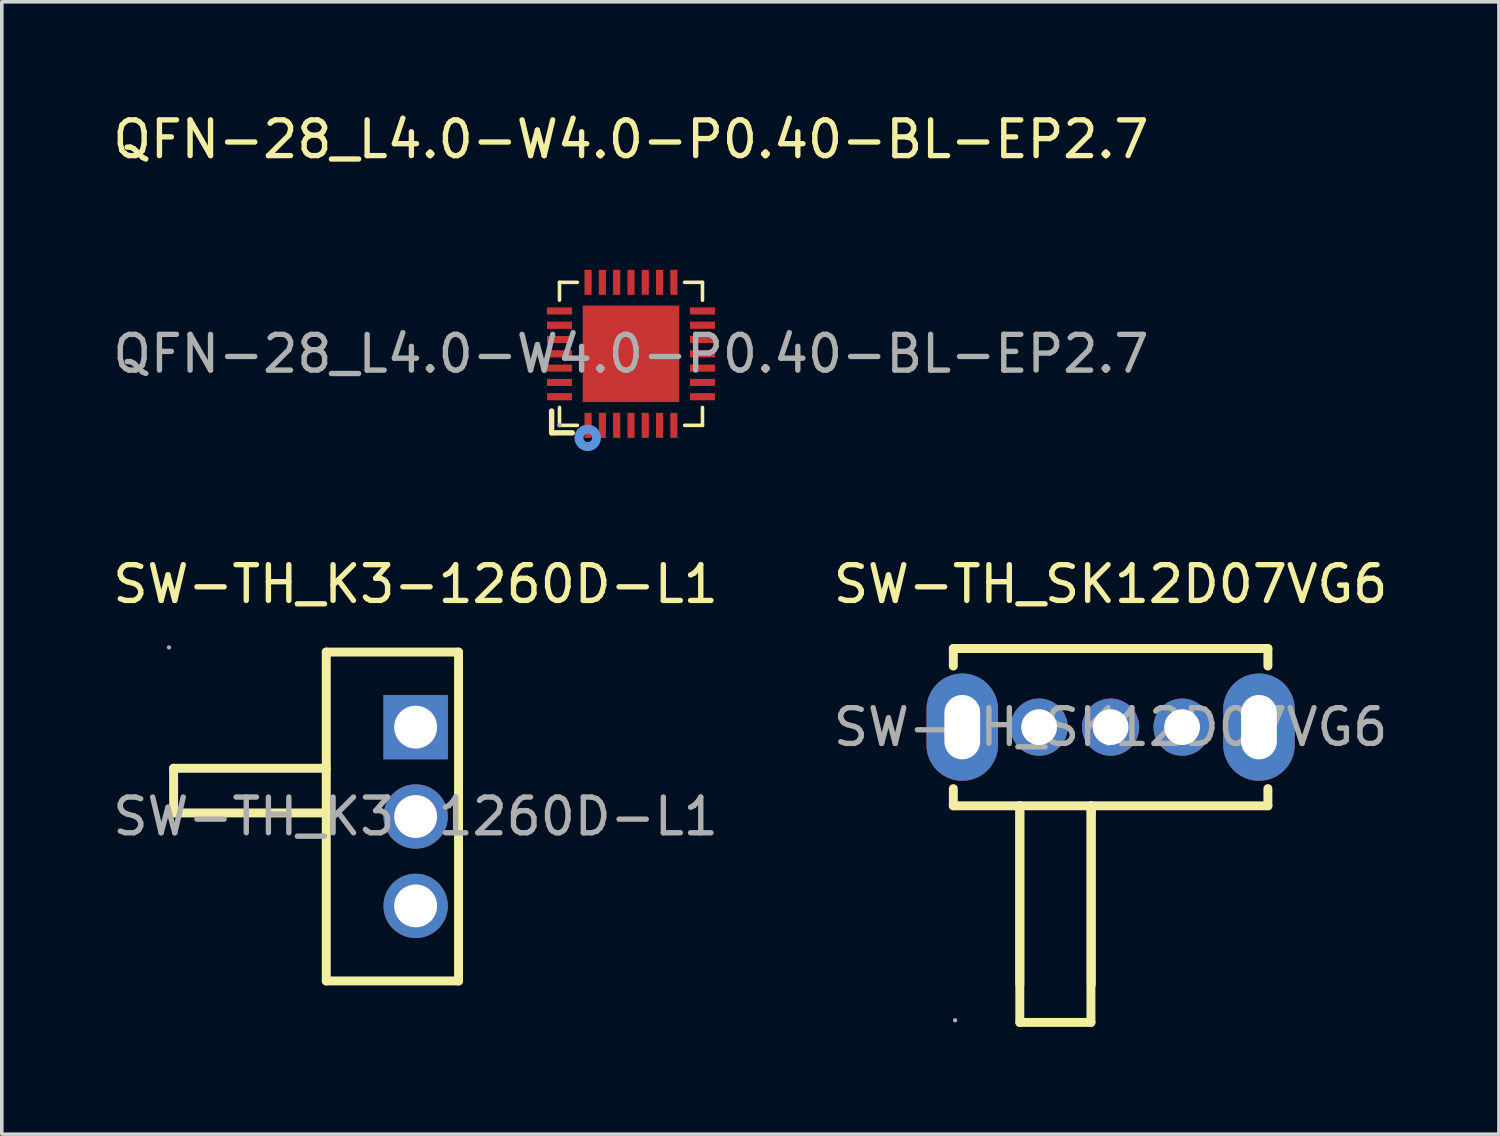
<source format=kicad_pcb>
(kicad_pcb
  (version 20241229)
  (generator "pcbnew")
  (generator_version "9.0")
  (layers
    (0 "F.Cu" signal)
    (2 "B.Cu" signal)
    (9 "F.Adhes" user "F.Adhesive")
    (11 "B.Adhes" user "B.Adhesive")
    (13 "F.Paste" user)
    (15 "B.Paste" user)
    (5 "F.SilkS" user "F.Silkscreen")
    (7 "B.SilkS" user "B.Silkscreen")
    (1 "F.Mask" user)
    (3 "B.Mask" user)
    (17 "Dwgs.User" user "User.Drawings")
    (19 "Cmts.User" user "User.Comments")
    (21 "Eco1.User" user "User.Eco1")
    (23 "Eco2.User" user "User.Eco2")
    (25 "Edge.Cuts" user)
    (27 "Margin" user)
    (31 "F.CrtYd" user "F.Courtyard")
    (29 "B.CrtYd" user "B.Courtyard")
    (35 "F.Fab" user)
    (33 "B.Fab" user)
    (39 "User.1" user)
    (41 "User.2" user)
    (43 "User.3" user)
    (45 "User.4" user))
  (footprint "SW-TH_SK12D07VG6"
    (layer "F.Cu")
    (at 28.018 17.291)
    (property "Reference" "SW-TH_SK12D07VG6" (at 0 -4 0) (layer "F.SilkS") (effects (font (size 1 1) (thickness 0.15))))
    (attr through_hole)
    (fp_line (start -4.4 -2.2) (end -4.4 -1.71) (stroke (width 0.25) (type solid)) (layer "F.SilkS"))
    (fp_line (start -4.4 1.72) (end -4.4 2.2) (stroke (width 0.25) (type solid)) (layer "F.SilkS"))
    (fp_line (start -2.54 2.2) (end -2.54 7.2) (stroke (width 0.25) (type solid)) (layer "F.SilkS"))
    (fp_line (start -2.54 2.2) (end -2.54 8.26) (stroke (width 0.25) (type solid)) (layer "F.SilkS"))
    (fp_line (start -2.54 8.26) (end -0.55 8.26) (stroke (width 0.25) (type solid)) (layer "F.SilkS"))
    (fp_line (start -0.55 8.26) (end -0.55 2.2) (stroke (width 0.25) (type solid)) (layer "F.SilkS"))
    (fp_line (start -0.54 2.39) (end -0.54 2.2) (stroke (width 0.25) (type solid)) (layer "F.SilkS"))
    (fp_line (start -0.54 7.2) (end -0.54 2.39) (stroke (width 0.25) (type solid)) (layer "F.SilkS"))
    (fp_line (start 4.4 -2.2) (end -4.4 -2.2) (stroke (width 0.25) (type solid)) (layer "F.SilkS"))
    (fp_line (start 4.4 -2.2) (end 4.4 -1.71) (stroke (width 0.25) (type solid)) (layer "F.SilkS"))
    (fp_line (start 4.4 1.72) (end 4.4 2.2) (stroke (width 0.25) (type solid)) (layer "F.SilkS"))
    (fp_line (start 4.4 2.2) (end -4.4 2.2) (stroke (width 0.25) (type solid)) (layer "F.SilkS"))
    (fp_circle (center -4.35 8.2) (end -4.32 8.2) (stroke (width 0.06) (type solid)) (fill no) (layer "F.Fab"))
    (fp_text user "${REFERENCE}" (at 0 0 0) (layer "F.Fab") (effects (font (size 1 1) (thickness 0.15))))
    (pad "1" thru_hole oval (at -2 0 180) (size 1.6 1.6) (drill 1) (layers "*.Cu" "*.Mask"))
    (pad "2" thru_hole oval (at 0 0 180) (size 1.6 1.6) (drill 1) (layers "*.Cu" "*.Mask"))
    (pad "3" thru_hole oval (at 2 0 180) (size 1.6 1.6) (drill 1) (layers "*.Cu" "*.Mask"))
    (pad "4" thru_hole oval (at 4.15 0 270) (size 3 2) (drill oval 1.8 1) (layers "*.Cu" "*.Mask"))
    (pad "5" thru_hole oval (at -4.15 0 270) (size 3 2) (drill oval 1.8 1) (layers "*.Cu" "*.Mask")))
  (footprint "QFN-28_L4.0-W4.0-P0.40-BL-EP2.7"
    (layer "F.Cu")
    (at 14.601 6.848)
    (property "Reference" "QFN-28_L4.0-W4.0-P0.40-BL-EP2.7" (at 0 -6 0) (layer "F.SilkS") (effects (font (size 1 1) (thickness 0.15))))
    (attr smd)
    (fp_line (start -2.22 1.6) (end -2.22 2.21) (stroke (width 0.15) (type solid)) (layer "F.SilkS"))
    (fp_line (start -2.22 2.21) (end -1.64 2.21) (stroke (width 0.15) (type solid)) (layer "F.SilkS"))
    (fp_line (start -2 -2) (end -1.5 -2) (stroke (width 0.1) (type solid)) (layer "F.SilkS"))
    (fp_line (start -2 -1.5) (end -2 -2) (stroke (width 0.1) (type solid)) (layer "F.SilkS"))
    (fp_line (start -2 2) (end -2 1.5) (stroke (width 0.1) (type solid)) (layer "F.SilkS"))
    (fp_line (start -1.5 2) (end -2 2) (stroke (width 0.1) (type solid)) (layer "F.SilkS"))
    (fp_line (start 1.5 -2) (end 2 -2) (stroke (width 0.1) (type solid)) (layer "F.SilkS"))
    (fp_line (start 2 -2) (end 2 -1.5) (stroke (width 0.1) (type solid)) (layer "F.SilkS"))
    (fp_line (start 2 1.5) (end 2 2) (stroke (width 0.1) (type solid)) (layer "F.SilkS"))
    (fp_line (start 2 2) (end 1.5 2) (stroke (width 0.1) (type solid)) (layer "F.SilkS"))
    (fp_circle (center -1.21 2.35) (end -1.09 2.35) (stroke (width 0.25) (type solid)) (fill no) (layer "Cmts.User"))
    (fp_circle (center -2 2) (end -1.97 2) (stroke (width 0.06) (type solid)) (fill no) (layer "F.Fab"))
    (fp_text user "${REFERENCE}" (at 0 0 0) (layer "F.Fab") (effects (font (size 1 1) (thickness 0.15))))
    (pad "1" smd rect (at -1.2 2) (size 0.2 0.7) (layers "F.Cu" "F.Mask" "F.Paste"))
    (pad "2" smd rect (at -0.8 2) (size 0.2 0.7) (layers "F.Cu" "F.Mask" "F.Paste"))
    (pad "3" smd rect (at -0.4 2) (size 0.2 0.7) (layers "F.Cu" "F.Mask" "F.Paste"))
    (pad "4" smd rect (at 0 2) (size 0.2 0.7) (layers "F.Cu" "F.Mask" "F.Paste"))
    (pad "5" smd rect (at 0.4 2) (size 0.2 0.7) (layers "F.Cu" "F.Mask" "F.Paste"))
    (pad "6" smd rect (at 0.8 2) (size 0.2 0.7) (layers "F.Cu" "F.Mask" "F.Paste"))
    (pad "7" smd rect (at 1.2 2) (size 0.2 0.7) (layers "F.Cu" "F.Mask" "F.Paste"))
    (pad "8" smd rect (at 2 1.2) (size 0.7 0.2) (layers "F.Cu" "F.Mask" "F.Paste"))
    (pad "9" smd rect (at 2 0.8) (size 0.7 0.2) (layers "F.Cu" "F.Mask" "F.Paste"))
    (pad "10" smd rect (at 2 0.4) (size 0.7 0.2) (layers "F.Cu" "F.Mask" "F.Paste"))
    (pad "11" smd rect (at 2 0) (size 0.7 0.2) (layers "F.Cu" "F.Mask" "F.Paste"))
    (pad "12" smd rect (at 2 -0.4) (size 0.7 0.2) (layers "F.Cu" "F.Mask" "F.Paste"))
    (pad "13" smd rect (at 2 -0.8) (size 0.7 0.2) (layers "F.Cu" "F.Mask" "F.Paste"))
    (pad "14" smd rect (at 2 -1.2) (size 0.7 0.2) (layers "F.Cu" "F.Mask" "F.Paste"))
    (pad "15" smd rect (at 1.2 -2) (size 0.2 0.7) (layers "F.Cu" "F.Mask" "F.Paste"))
    (pad "16" smd rect (at 0.8 -2) (size 0.2 0.7) (layers "F.Cu" "F.Mask" "F.Paste"))
    (pad "17" smd rect (at 0.4 -2) (size 0.2 0.7) (layers "F.Cu" "F.Mask" "F.Paste"))
    (pad "18" smd rect (at 0 -2) (size 0.2 0.7) (layers "F.Cu" "F.Mask" "F.Paste"))
    (pad "19" smd rect (at -0.4 -2) (size 0.2 0.7) (layers "F.Cu" "F.Mask" "F.Paste"))
    (pad "20" smd rect (at -0.8 -2) (size 0.2 0.7) (layers "F.Cu" "F.Mask" "F.Paste"))
    (pad "21" smd rect (at -1.2 -2) (size 0.2 0.7) (layers "F.Cu" "F.Mask" "F.Paste"))
    (pad "22" smd rect (at -2 -1.2) (size 0.7 0.2) (layers "F.Cu" "F.Mask" "F.Paste"))
    (pad "23" smd rect (at -2 -0.8) (size 0.7 0.2) (layers "F.Cu" "F.Mask" "F.Paste"))
    (pad "24" smd rect (at -2 -0.4) (size 0.7 0.2) (layers "F.Cu" "F.Mask" "F.Paste"))
    (pad "25" smd rect (at -2 0) (size 0.7 0.2) (layers "F.Cu" "F.Mask" "F.Paste"))
    (pad "26" smd rect (at -2 0.4) (size 0.7 0.2) (layers "F.Cu" "F.Mask" "F.Paste"))
    (pad "27" smd rect (at -2 0.8) (size 0.7 0.2) (layers "F.Cu" "F.Mask" "F.Paste"))
    (pad "28" smd rect (at -2 1.2) (size 0.7 0.2) (layers "F.Cu" "F.Mask" "F.Paste"))
    (pad "29" smd rect (at 0 0) (size 2.7 2.7) (layers "F.Cu" "F.Mask" "F.Paste")))
  (footprint "SW-TH_K3-1260D-L1"
    (layer "F.Cu")
    (at 8.577 19.791)
    (property "Reference" "SW-TH_K3-1260D-L1" (at 0 -6.5 0) (layer "F.SilkS") (effects (font (size 1 1) (thickness 0.15))))
    (attr through_hole)
    (fp_line (start -6.77 -1.35) (end -2.5 -1.35) (stroke (width 0.25) (type solid)) (layer "F.SilkS"))
    (fp_line (start -6.77 -0.1) (end -6.77 -1.35) (stroke (width 0.25) (type solid)) (layer "F.SilkS"))
    (fp_line (start -2.5 -4.6) (end -2.5 4.6) (stroke (width 0.25) (type solid)) (layer "F.SilkS"))
    (fp_line (start -2.5 -4.6) (end 1.2 -4.6) (stroke (width 0.25) (type solid)) (layer "F.SilkS"))
    (fp_line (start -2.5 -0.1) (end -6.77 -0.1) (stroke (width 0.25) (type solid)) (layer "F.SilkS"))
    (fp_line (start 1.2 4.6) (end -2.5 4.6) (stroke (width 0.25) (type solid)) (layer "F.SilkS"))
    (fp_line (start 1.2 4.6) (end 1.2 -4.6) (stroke (width 0.25) (type solid)) (layer "F.SilkS"))
    (fp_circle (center -6.9 -4.73) (end -6.87 -4.73) (stroke (width 0.06) (type solid)) (fill no) (layer "F.Fab"))
    (fp_circle (center 0 -2.5) (end 0.25 -2.5) (stroke (width 0.5) (type solid)) (fill no) (layer "F.Fab"))
    (fp_circle (center 0 0) (end 0.25 0) (stroke (width 0.5) (type solid)) (fill no) (layer "F.Fab"))
    (fp_circle (center 0 2.5) (end 0.25 2.5) (stroke (width 0.5) (type solid)) (fill no) (layer "F.Fab"))
    (fp_text user "${REFERENCE}" (at 0 0 0) (layer "F.Fab") (effects (font (size 1 1) (thickness 0.15))))
    (pad "1" thru_hole rect (at 0 -2.5 270) (size 1.8 1.8) (drill 1.2) (layers "*.Cu" "*.Mask"))
    (pad "2" thru_hole circle (at 0 0 270) (size 1.8 1.8) (drill 1.2) (layers "*.Cu" "*.Mask"))
    (pad "3" thru_hole circle (at 0 2.5 270) (size 1.8 1.8) (drill 1.2) (layers "*.Cu" "*.Mask")))
  (gr_rect
    (start -3 -3)
    (end 38.881 28.677)
    (stroke (width 0.1) (type default))
    (fill no)
    (layer "Edge.Cuts")))
</source>
